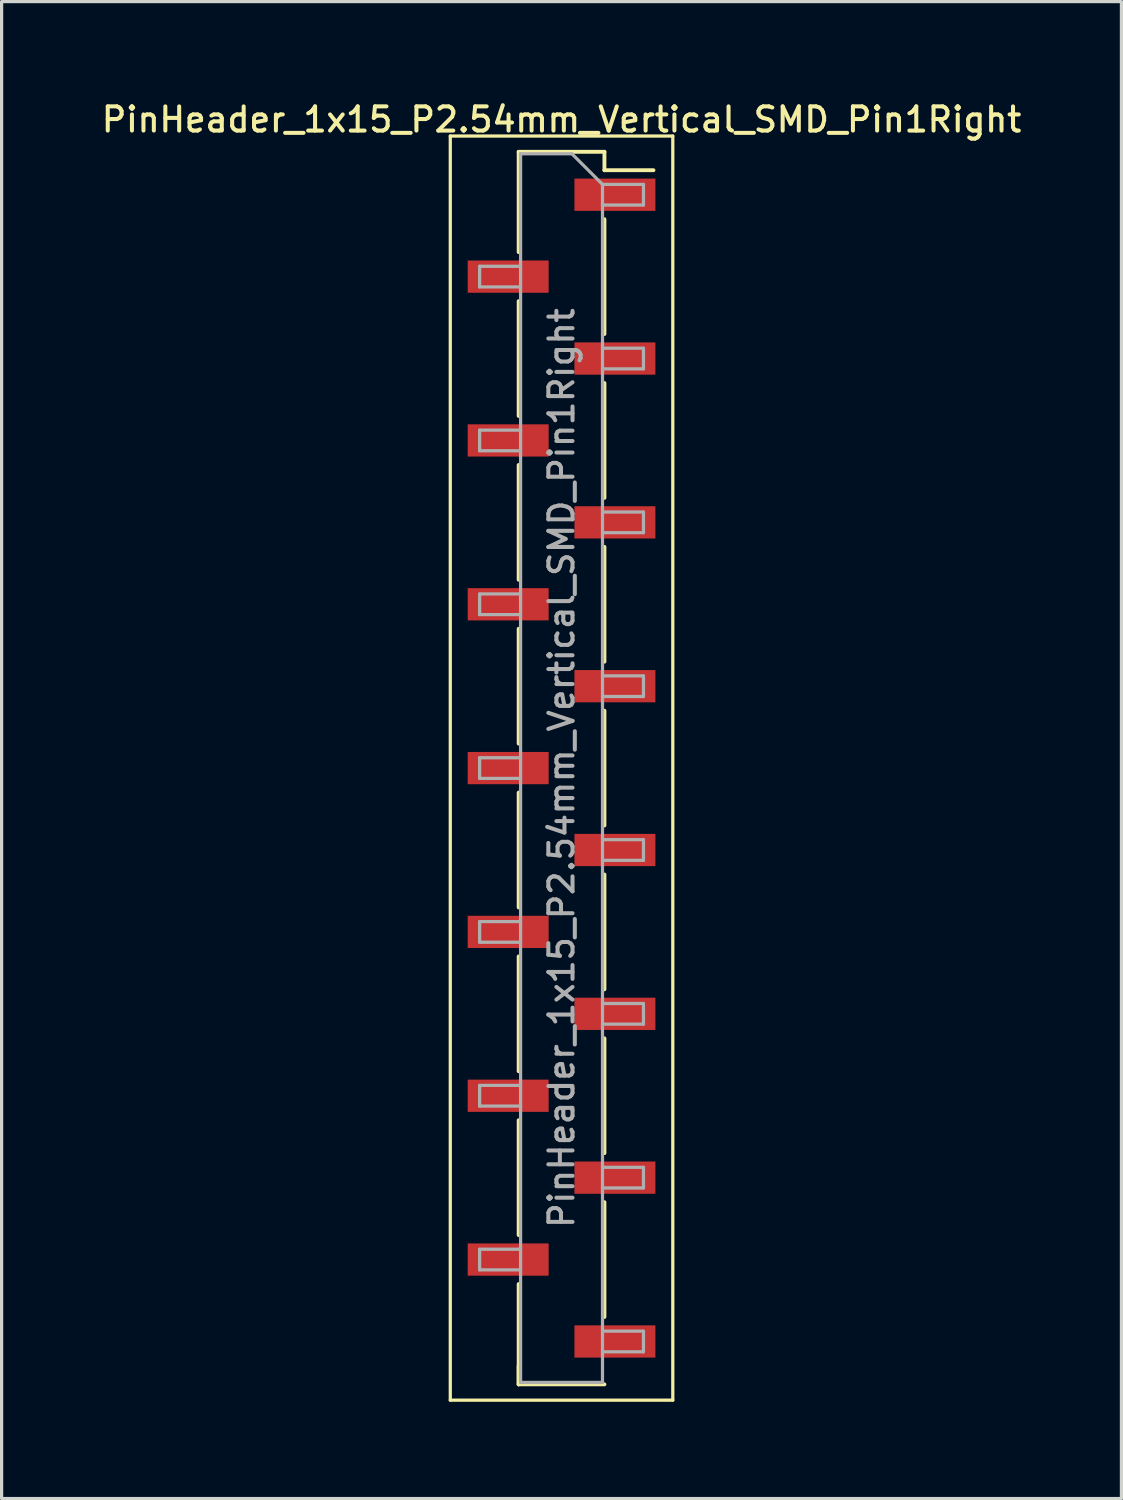
<source format=kicad_pcb>
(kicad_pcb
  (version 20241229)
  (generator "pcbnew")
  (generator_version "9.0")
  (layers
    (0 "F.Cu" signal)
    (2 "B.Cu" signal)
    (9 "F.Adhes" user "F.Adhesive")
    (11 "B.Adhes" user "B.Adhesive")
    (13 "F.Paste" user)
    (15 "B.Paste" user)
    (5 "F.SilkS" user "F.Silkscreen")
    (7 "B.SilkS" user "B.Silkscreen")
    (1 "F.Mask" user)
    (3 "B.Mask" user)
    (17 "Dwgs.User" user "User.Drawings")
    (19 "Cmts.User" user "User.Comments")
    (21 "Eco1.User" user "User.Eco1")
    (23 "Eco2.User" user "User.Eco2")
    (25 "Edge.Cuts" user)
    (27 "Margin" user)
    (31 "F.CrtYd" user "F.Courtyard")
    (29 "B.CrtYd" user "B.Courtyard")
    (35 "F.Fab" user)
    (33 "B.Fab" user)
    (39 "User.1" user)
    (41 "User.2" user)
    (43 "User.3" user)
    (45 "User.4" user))
  (footprint "PinHeader_1x15_P2.54mm_Vertical_SMD_Pin1Right"
    (layer "F.Cu")
    (at 14.363 20.768)
    (property "Reference" "PinHeader_1x15_P2.54mm_Vertical_SMD_Pin1Right" (at 0 -20.11 0) (layer "F.SilkS") (effects (font (size 0.75 0.75) (thickness 0.125))))
    (attr smd)
    (fp_line (start -3.45 -19.6) (end -3.45 19.6) (stroke (width 0.1) (type solid)) (layer "F.SilkS"))
    (fp_line (start -3.45 19.6) (end 3.45 19.6) (stroke (width 0.1) (type solid)) (layer "F.SilkS"))
    (fp_line (start -1.33 -19.11) (end -1.33 -16) (stroke (width 0.12) (type solid)) (layer "F.SilkS"))
    (fp_line (start -1.33 -19.11) (end 1.33 -19.11) (stroke (width 0.12) (type solid)) (layer "F.SilkS"))
    (fp_line (start -1.33 -14.48) (end -1.33 -10.92) (stroke (width 0.12) (type solid)) (layer "F.SilkS"))
    (fp_line (start -1.33 -9.4) (end -1.33 -5.84) (stroke (width 0.12) (type solid)) (layer "F.SilkS"))
    (fp_line (start -1.33 -4.32) (end -1.33 -0.76) (stroke (width 0.12) (type solid)) (layer "F.SilkS"))
    (fp_line (start -1.33 0.76) (end -1.33 4.32) (stroke (width 0.12) (type solid)) (layer "F.SilkS"))
    (fp_line (start -1.33 5.84) (end -1.33 9.4) (stroke (width 0.12) (type solid)) (layer "F.SilkS"))
    (fp_line (start -1.33 10.92) (end -1.33 14.48) (stroke (width 0.12) (type solid)) (layer "F.SilkS"))
    (fp_line (start -1.33 16) (end -1.33 19.11) (stroke (width 0.12) (type solid)) (layer "F.SilkS"))
    (fp_line (start -1.33 18.54) (end -1.33 19.11) (stroke (width 0.12) (type solid)) (layer "F.SilkS"))
    (fp_line (start -1.33 19.11) (end 1.33 19.11) (stroke (width 0.12) (type solid)) (layer "F.SilkS"))
    (fp_line (start 1.33 -19.11) (end 1.33 -18.54) (stroke (width 0.12) (type solid)) (layer "F.SilkS"))
    (fp_line (start 1.33 -18.54) (end 2.85 -18.54) (stroke (width 0.12) (type solid)) (layer "F.SilkS"))
    (fp_line (start 1.33 -17.02) (end 1.33 -13.46) (stroke (width 0.12) (type solid)) (layer "F.SilkS"))
    (fp_line (start 1.33 -11.94) (end 1.33 -8.38) (stroke (width 0.12) (type solid)) (layer "F.SilkS"))
    (fp_line (start 1.33 -6.86) (end 1.33 -3.3) (stroke (width 0.12) (type solid)) (layer "F.SilkS"))
    (fp_line (start 1.33 -1.78) (end 1.33 1.78) (stroke (width 0.12) (type solid)) (layer "F.SilkS"))
    (fp_line (start 1.33 3.3) (end 1.33 6.86) (stroke (width 0.12) (type solid)) (layer "F.SilkS"))
    (fp_line (start 1.33 8.38) (end 1.33 11.94) (stroke (width 0.12) (type solid)) (layer "F.SilkS"))
    (fp_line (start 1.33 13.46) (end 1.33 17.02) (stroke (width 0.12) (type solid)) (layer "F.SilkS"))
    (fp_line (start 3.45 -19.6) (end -3.45 -19.6) (stroke (width 0.1) (type solid)) (layer "F.SilkS"))
    (fp_line (start 3.45 19.6) (end 3.45 -19.6) (stroke (width 0.1) (type solid)) (layer "F.SilkS"))
    (fp_line (start -2.54 -15.56) (end -2.54 -14.92) (stroke (width 0.1) (type solid)) (layer "F.Fab"))
    (fp_line (start -2.54 -14.92) (end -1.27 -14.92) (stroke (width 0.1) (type solid)) (layer "F.Fab"))
    (fp_line (start -2.54 -10.48) (end -2.54 -9.84) (stroke (width 0.1) (type solid)) (layer "F.Fab"))
    (fp_line (start -2.54 -9.84) (end -1.27 -9.84) (stroke (width 0.1) (type solid)) (layer "F.Fab"))
    (fp_line (start -2.54 -5.4) (end -2.54 -4.76) (stroke (width 0.1) (type solid)) (layer "F.Fab"))
    (fp_line (start -2.54 -4.76) (end -1.27 -4.76) (stroke (width 0.1) (type solid)) (layer "F.Fab"))
    (fp_line (start -2.54 -0.32) (end -2.54 0.32) (stroke (width 0.1) (type solid)) (layer "F.Fab"))
    (fp_line (start -2.54 0.32) (end -1.27 0.32) (stroke (width 0.1) (type solid)) (layer "F.Fab"))
    (fp_line (start -2.54 4.76) (end -2.54 5.4) (stroke (width 0.1) (type solid)) (layer "F.Fab"))
    (fp_line (start -2.54 5.4) (end -1.27 5.4) (stroke (width 0.1) (type solid)) (layer "F.Fab"))
    (fp_line (start -2.54 9.84) (end -2.54 10.48) (stroke (width 0.1) (type solid)) (layer "F.Fab"))
    (fp_line (start -2.54 10.48) (end -1.27 10.48) (stroke (width 0.1) (type solid)) (layer "F.Fab"))
    (fp_line (start -2.54 14.92) (end -2.54 15.56) (stroke (width 0.1) (type solid)) (layer "F.Fab"))
    (fp_line (start -2.54 15.56) (end -1.27 15.56) (stroke (width 0.1) (type solid)) (layer "F.Fab"))
    (fp_line (start -1.27 -19.05) (end -1.27 19.05) (stroke (width 0.1) (type solid)) (layer "F.Fab"))
    (fp_line (start -1.27 -19.05) (end 0.32 -19.05) (stroke (width 0.1) (type solid)) (layer "F.Fab"))
    (fp_line (start -1.27 -15.56) (end -2.54 -15.56) (stroke (width 0.1) (type solid)) (layer "F.Fab"))
    (fp_line (start -1.27 -10.48) (end -2.54 -10.48) (stroke (width 0.1) (type solid)) (layer "F.Fab"))
    (fp_line (start -1.27 -5.4) (end -2.54 -5.4) (stroke (width 0.1) (type solid)) (layer "F.Fab"))
    (fp_line (start -1.27 -0.32) (end -2.54 -0.32) (stroke (width 0.1) (type solid)) (layer "F.Fab"))
    (fp_line (start -1.27 4.76) (end -2.54 4.76) (stroke (width 0.1) (type solid)) (layer "F.Fab"))
    (fp_line (start -1.27 9.84) (end -2.54 9.84) (stroke (width 0.1) (type solid)) (layer "F.Fab"))
    (fp_line (start -1.27 14.92) (end -2.54 14.92) (stroke (width 0.1) (type solid)) (layer "F.Fab"))
    (fp_line (start 1.27 -18.1) (end 0.32 -19.05) (stroke (width 0.1) (type solid)) (layer "F.Fab"))
    (fp_line (start 1.27 -18.1) (end 2.54 -18.1) (stroke (width 0.1) (type solid)) (layer "F.Fab"))
    (fp_line (start 1.27 -13.02) (end 2.54 -13.02) (stroke (width 0.1) (type solid)) (layer "F.Fab"))
    (fp_line (start 1.27 -7.94) (end 2.54 -7.94) (stroke (width 0.1) (type solid)) (layer "F.Fab"))
    (fp_line (start 1.27 -2.86) (end 2.54 -2.86) (stroke (width 0.1) (type solid)) (layer "F.Fab"))
    (fp_line (start 1.27 2.22) (end 2.54 2.22) (stroke (width 0.1) (type solid)) (layer "F.Fab"))
    (fp_line (start 1.27 7.3) (end 2.54 7.3) (stroke (width 0.1) (type solid)) (layer "F.Fab"))
    (fp_line (start 1.27 12.38) (end 2.54 12.38) (stroke (width 0.1) (type solid)) (layer "F.Fab"))
    (fp_line (start 1.27 17.46) (end 2.54 17.46) (stroke (width 0.1) (type solid)) (layer "F.Fab"))
    (fp_line (start 1.27 19.05) (end -1.27 19.05) (stroke (width 0.1) (type solid)) (layer "F.Fab"))
    (fp_line (start 1.27 19.05) (end 1.27 -18.1) (stroke (width 0.1) (type solid)) (layer "F.Fab"))
    (fp_line (start 2.54 -18.1) (end 2.54 -17.46) (stroke (width 0.1) (type solid)) (layer "F.Fab"))
    (fp_line (start 2.54 -17.46) (end 1.27 -17.46) (stroke (width 0.1) (type solid)) (layer "F.Fab"))
    (fp_line (start 2.54 -13.02) (end 2.54 -12.38) (stroke (width 0.1) (type solid)) (layer "F.Fab"))
    (fp_line (start 2.54 -12.38) (end 1.27 -12.38) (stroke (width 0.1) (type solid)) (layer "F.Fab"))
    (fp_line (start 2.54 -7.94) (end 2.54 -7.3) (stroke (width 0.1) (type solid)) (layer "F.Fab"))
    (fp_line (start 2.54 -7.3) (end 1.27 -7.3) (stroke (width 0.1) (type solid)) (layer "F.Fab"))
    (fp_line (start 2.54 -2.86) (end 2.54 -2.22) (stroke (width 0.1) (type solid)) (layer "F.Fab"))
    (fp_line (start 2.54 -2.22) (end 1.27 -2.22) (stroke (width 0.1) (type solid)) (layer "F.Fab"))
    (fp_line (start 2.54 2.22) (end 2.54 2.86) (stroke (width 0.1) (type solid)) (layer "F.Fab"))
    (fp_line (start 2.54 2.86) (end 1.27 2.86) (stroke (width 0.1) (type solid)) (layer "F.Fab"))
    (fp_line (start 2.54 7.3) (end 2.54 7.94) (stroke (width 0.1) (type solid)) (layer "F.Fab"))
    (fp_line (start 2.54 7.94) (end 1.27 7.94) (stroke (width 0.1) (type solid)) (layer "F.Fab"))
    (fp_line (start 2.54 12.38) (end 2.54 13.02) (stroke (width 0.1) (type solid)) (layer "F.Fab"))
    (fp_line (start 2.54 13.02) (end 1.27 13.02) (stroke (width 0.1) (type solid)) (layer "F.Fab"))
    (fp_line (start 2.54 17.46) (end 2.54 18.1) (stroke (width 0.1) (type solid)) (layer "F.Fab"))
    (fp_line (start 2.54 18.1) (end 1.27 18.1) (stroke (width 0.1) (type solid)) (layer "F.Fab"))
    (fp_text user "${REFERENCE}" (at 0 0 90) (layer "F.Fab") (effects (font (size 0.75 0.75) (thickness 0.125))))
    (pad "1" smd rect (at 1.655 -17.78) (size 2.51 1) (layers "F.Cu" "F.Mask" "F.Paste"))
    (pad "2" smd rect (at -1.655 -15.24) (size 2.51 1) (layers "F.Cu" "F.Mask" "F.Paste"))
    (pad "3" smd rect (at 1.655 -12.7) (size 2.51 1) (layers "F.Cu" "F.Mask" "F.Paste"))
    (pad "4" smd rect (at -1.655 -10.16) (size 2.51 1) (layers "F.Cu" "F.Mask" "F.Paste"))
    (pad "5" smd rect (at 1.655 -7.62) (size 2.51 1) (layers "F.Cu" "F.Mask" "F.Paste"))
    (pad "6" smd rect (at -1.655 -5.08) (size 2.51 1) (layers "F.Cu" "F.Mask" "F.Paste"))
    (pad "7" smd rect (at 1.655 -2.54) (size 2.51 1) (layers "F.Cu" "F.Mask" "F.Paste"))
    (pad "8" smd rect (at -1.655 0) (size 2.51 1) (layers "F.Cu" "F.Mask" "F.Paste"))
    (pad "9" smd rect (at 1.655 2.54) (size 2.51 1) (layers "F.Cu" "F.Mask" "F.Paste"))
    (pad "10" smd rect (at -1.655 5.08) (size 2.51 1) (layers "F.Cu" "F.Mask" "F.Paste"))
    (pad "11" smd rect (at 1.655 7.62) (size 2.51 1) (layers "F.Cu" "F.Mask" "F.Paste"))
    (pad "12" smd rect (at -1.655 10.16) (size 2.51 1) (layers "F.Cu" "F.Mask" "F.Paste"))
    (pad "13" smd rect (at 1.655 12.7) (size 2.51 1) (layers "F.Cu" "F.Mask" "F.Paste"))
    (pad "14" smd rect (at -1.655 15.24) (size 2.51 1) (layers "F.Cu" "F.Mask" "F.Paste"))
    (pad "15" smd rect (at 1.655 17.78) (size 2.51 1) (layers "F.Cu" "F.Mask" "F.Paste")))
  (gr_rect
    (start -3 -3)
    (end 31.725 43.418)
    (stroke (width 0.1) (type default))
    (fill no)
    (layer "Edge.Cuts")))
</source>
